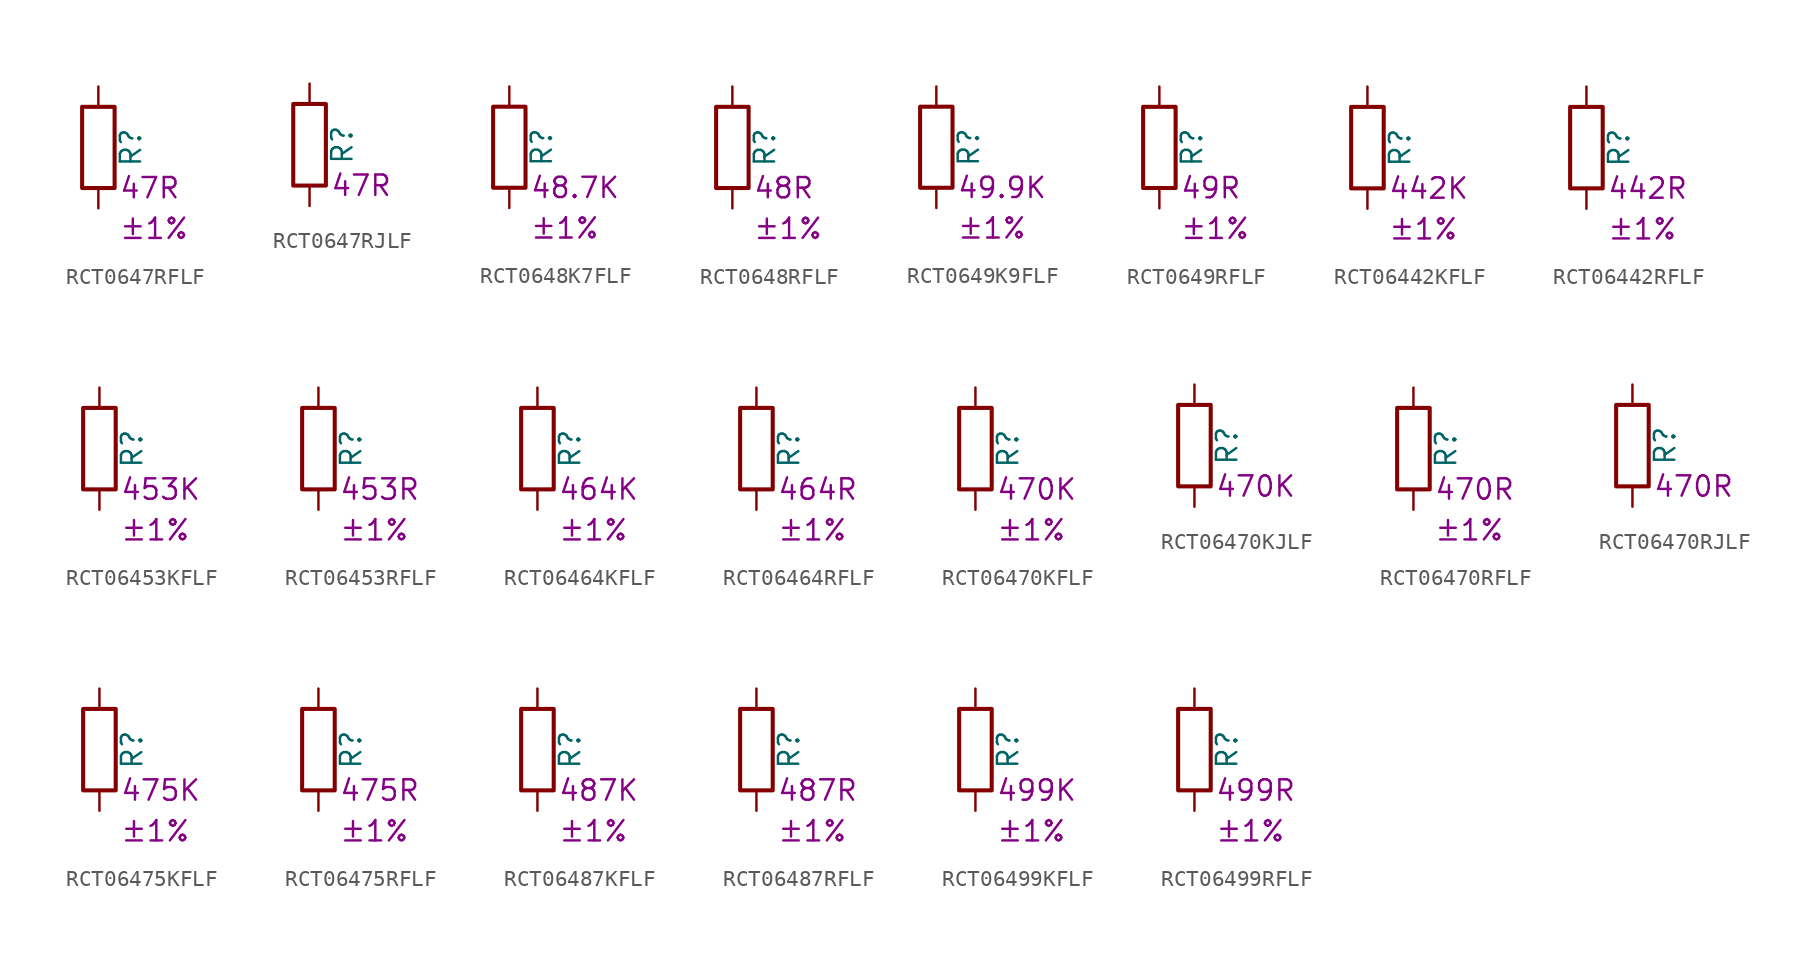
<source format=kicad_sym>
(kicad_symbol_lib
  (version 20220914)
  (generator kicad_symbol_editor)
  (symbol "RCT0647RFLF"
    (pin_numbers hide)
    (pin_names
      (offset 0))
    (property "Reference" "R"
      (at 2.032 0 90)
      (effects (font (size 1.27 1.27))))
    (property "Resistance" "47R"
      (at 1.27 -2.54 0)
      (effects (font (size 1.27 1.27)) (justify left)))
    (property "Tolerance" "±1%"
      (at 1.27 -5.08 0)
      (effects (font (size 1.27 1.27)) (justify left)))
    (symbol "RCT0647RFLF_0_1"
      (rectangle (start -1.016 -2.54) (end 1.016 2.54) (stroke (width 0.254) (type default)) (fill (type none))))
    (symbol "RCT0647RFLF_1_1"
      (pin passive line (at 0 3.81 270) (length 1.27) (name "~" (effects (font (size 1.27 1.27)))) (number "1" (effects (font (size 1.27 1.27)))))
      (pin passive line (at 0 -3.81 90) (length 1.27) (name "~" (effects (font (size 1.27 1.27)))) (number "2" (effects (font (size 1.27 1.27)))))))
  (symbol "RCT0647RJLF"
    (pin_numbers hide)
    (pin_names
      (offset 0))
    (property "Reference" "R"
      (at 2.032 0 90)
      (effects (font (size 1.27 1.27))))
    (property "Resistance" "47R"
      (at 1.27 -2.54 0)
      (effects (font (size 1.27 1.27)) (justify left)))
    (symbol "RCT0647RJLF_0_1"
      (rectangle (start -1.016 -2.54) (end 1.016 2.54) (stroke (width 0.254) (type default)) (fill (type none))))
    (symbol "RCT0647RJLF_1_1"
      (pin passive line (at 0 3.81 270) (length 1.27) (name "~" (effects (font (size 1.27 1.27)))) (number "1" (effects (font (size 1.27 1.27)))))
      (pin passive line (at 0 -3.81 90) (length 1.27) (name "~" (effects (font (size 1.27 1.27)))) (number "2" (effects (font (size 1.27 1.27)))))))
  (symbol "RCT0648K7FLF"
    (pin_numbers hide)
    (pin_names
      (offset 0))
    (property "Reference" "R"
      (at 2.032 0 90)
      (effects (font (size 1.27 1.27))))
    (property "Resistance" "48.7K"
      (at 1.27 -2.54 0)
      (effects (font (size 1.27 1.27)) (justify left)))
    (property "Tolerance" "±1%"
      (at 1.27 -5.08 0)
      (effects (font (size 1.27 1.27)) (justify left)))
    (symbol "RCT0648K7FLF_0_1"
      (rectangle (start -1.016 -2.54) (end 1.016 2.54) (stroke (width 0.254) (type default)) (fill (type none))))
    (symbol "RCT0648K7FLF_1_1"
      (pin passive line (at 0 3.81 270) (length 1.27) (name "~" (effects (font (size 1.27 1.27)))) (number "1" (effects (font (size 1.27 1.27)))))
      (pin passive line (at 0 -3.81 90) (length 1.27) (name "~" (effects (font (size 1.27 1.27)))) (number "2" (effects (font (size 1.27 1.27)))))))
  (symbol "RCT0648RFLF"
    (pin_numbers hide)
    (pin_names
      (offset 0))
    (property "Reference" "R"
      (at 2.032 0 90)
      (effects (font (size 1.27 1.27))))
    (property "Resistance" "48R"
      (at 1.27 -2.54 0)
      (effects (font (size 1.27 1.27)) (justify left)))
    (property "Tolerance" "±1%"
      (at 1.27 -5.08 0)
      (effects (font (size 1.27 1.27)) (justify left)))
    (symbol "RCT0648RFLF_0_1"
      (rectangle (start -1.016 -2.54) (end 1.016 2.54) (stroke (width 0.254) (type default)) (fill (type none))))
    (symbol "RCT0648RFLF_1_1"
      (pin passive line (at 0 3.81 270) (length 1.27) (name "~" (effects (font (size 1.27 1.27)))) (number "1" (effects (font (size 1.27 1.27)))))
      (pin passive line (at 0 -3.81 90) (length 1.27) (name "~" (effects (font (size 1.27 1.27)))) (number "2" (effects (font (size 1.27 1.27)))))))
  (symbol "RCT0649K9FLF"
    (pin_numbers hide)
    (pin_names
      (offset 0))
    (property "Reference" "R"
      (at 2.032 0 90)
      (effects (font (size 1.27 1.27))))
    (property "Resistance" "49.9K"
      (at 1.27 -2.54 0)
      (effects (font (size 1.27 1.27)) (justify left)))
    (property "Tolerance" "±1%"
      (at 1.27 -5.08 0)
      (effects (font (size 1.27 1.27)) (justify left)))
    (symbol "RCT0649K9FLF_0_1"
      (rectangle (start -1.016 -2.54) (end 1.016 2.54) (stroke (width 0.254) (type default)) (fill (type none))))
    (symbol "RCT0649K9FLF_1_1"
      (pin passive line (at 0 3.81 270) (length 1.27) (name "~" (effects (font (size 1.27 1.27)))) (number "1" (effects (font (size 1.27 1.27)))))
      (pin passive line (at 0 -3.81 90) (length 1.27) (name "~" (effects (font (size 1.27 1.27)))) (number "2" (effects (font (size 1.27 1.27)))))))
  (symbol "RCT0649RFLF"
    (pin_numbers hide)
    (pin_names
      (offset 0))
    (property "Reference" "R"
      (at 2.032 0 90)
      (effects (font (size 1.27 1.27))))
    (property "Resistance" "49R"
      (at 1.27 -2.54 0)
      (effects (font (size 1.27 1.27)) (justify left)))
    (property "Tolerance" "±1%"
      (at 1.27 -5.08 0)
      (effects (font (size 1.27 1.27)) (justify left)))
    (symbol "RCT0649RFLF_0_1"
      (rectangle (start -1.016 -2.54) (end 1.016 2.54) (stroke (width 0.254) (type default)) (fill (type none))))
    (symbol "RCT0649RFLF_1_1"
      (pin passive line (at 0 3.81 270) (length 1.27) (name "~" (effects (font (size 1.27 1.27)))) (number "1" (effects (font (size 1.27 1.27)))))
      (pin passive line (at 0 -3.81 90) (length 1.27) (name "~" (effects (font (size 1.27 1.27)))) (number "2" (effects (font (size 1.27 1.27)))))))
  (symbol "RCT06442KFLF"
    (pin_numbers hide)
    (pin_names
      (offset 0))
    (property "Reference" "R"
      (at 2.032 0 90)
      (effects (font (size 1.27 1.27))))
    (property "Resistance" "442K"
      (at 1.27 -2.54 0)
      (effects (font (size 1.27 1.27)) (justify left)))
    (property "Tolerance" "±1%"
      (at 1.27 -5.08 0)
      (effects (font (size 1.27 1.27)) (justify left)))
    (symbol "RCT06442KFLF_0_1"
      (rectangle (start -1.016 -2.54) (end 1.016 2.54) (stroke (width 0.254) (type default)) (fill (type none))))
    (symbol "RCT06442KFLF_1_1"
      (pin passive line (at 0 3.81 270) (length 1.27) (name "~" (effects (font (size 1.27 1.27)))) (number "1" (effects (font (size 1.27 1.27)))))
      (pin passive line (at 0 -3.81 90) (length 1.27) (name "~" (effects (font (size 1.27 1.27)))) (number "2" (effects (font (size 1.27 1.27)))))))
  (symbol "RCT06442RFLF"
    (pin_numbers hide)
    (pin_names
      (offset 0))
    (property "Reference" "R"
      (at 2.032 0 90)
      (effects (font (size 1.27 1.27))))
    (property "Resistance" "442R"
      (at 1.27 -2.54 0)
      (effects (font (size 1.27 1.27)) (justify left)))
    (property "Tolerance" "±1%"
      (at 1.27 -5.08 0)
      (effects (font (size 1.27 1.27)) (justify left)))
    (symbol "RCT06442RFLF_0_1"
      (rectangle (start -1.016 -2.54) (end 1.016 2.54) (stroke (width 0.254) (type default)) (fill (type none))))
    (symbol "RCT06442RFLF_1_1"
      (pin passive line (at 0 3.81 270) (length 1.27) (name "~" (effects (font (size 1.27 1.27)))) (number "1" (effects (font (size 1.27 1.27)))))
      (pin passive line (at 0 -3.81 90) (length 1.27) (name "~" (effects (font (size 1.27 1.27)))) (number "2" (effects (font (size 1.27 1.27)))))))
  (symbol "RCT06453KFLF"
    (pin_numbers hide)
    (pin_names
      (offset 0))
    (property "Reference" "R"
      (at 2.032 0 90)
      (effects (font (size 1.27 1.27))))
    (property "Resistance" "453K"
      (at 1.27 -2.54 0)
      (effects (font (size 1.27 1.27)) (justify left)))
    (property "Tolerance" "±1%"
      (at 1.27 -5.08 0)
      (effects (font (size 1.27 1.27)) (justify left)))
    (symbol "RCT06453KFLF_0_1"
      (rectangle (start -1.016 -2.54) (end 1.016 2.54) (stroke (width 0.254) (type default)) (fill (type none))))
    (symbol "RCT06453KFLF_1_1"
      (pin passive line (at 0 3.81 270) (length 1.27) (name "~" (effects (font (size 1.27 1.27)))) (number "1" (effects (font (size 1.27 1.27)))))
      (pin passive line (at 0 -3.81 90) (length 1.27) (name "~" (effects (font (size 1.27 1.27)))) (number "2" (effects (font (size 1.27 1.27)))))))
  (symbol "RCT06453RFLF"
    (pin_numbers hide)
    (pin_names
      (offset 0))
    (property "Reference" "R"
      (at 2.032 0 90)
      (effects (font (size 1.27 1.27))))
    (property "Resistance" "453R"
      (at 1.27 -2.54 0)
      (effects (font (size 1.27 1.27)) (justify left)))
    (property "Tolerance" "±1%"
      (at 1.27 -5.08 0)
      (effects (font (size 1.27 1.27)) (justify left)))
    (symbol "RCT06453RFLF_0_1"
      (rectangle (start -1.016 -2.54) (end 1.016 2.54) (stroke (width 0.254) (type default)) (fill (type none))))
    (symbol "RCT06453RFLF_1_1"
      (pin passive line (at 0 3.81 270) (length 1.27) (name "~" (effects (font (size 1.27 1.27)))) (number "1" (effects (font (size 1.27 1.27)))))
      (pin passive line (at 0 -3.81 90) (length 1.27) (name "~" (effects (font (size 1.27 1.27)))) (number "2" (effects (font (size 1.27 1.27)))))))
  (symbol "RCT06464KFLF"
    (pin_numbers hide)
    (pin_names
      (offset 0))
    (property "Reference" "R"
      (at 2.032 0 90)
      (effects (font (size 1.27 1.27))))
    (property "Resistance" "464K"
      (at 1.27 -2.54 0)
      (effects (font (size 1.27 1.27)) (justify left)))
    (property "Tolerance" "±1%"
      (at 1.27 -5.08 0)
      (effects (font (size 1.27 1.27)) (justify left)))
    (symbol "RCT06464KFLF_0_1"
      (rectangle (start -1.016 -2.54) (end 1.016 2.54) (stroke (width 0.254) (type default)) (fill (type none))))
    (symbol "RCT06464KFLF_1_1"
      (pin passive line (at 0 3.81 270) (length 1.27) (name "~" (effects (font (size 1.27 1.27)))) (number "1" (effects (font (size 1.27 1.27)))))
      (pin passive line (at 0 -3.81 90) (length 1.27) (name "~" (effects (font (size 1.27 1.27)))) (number "2" (effects (font (size 1.27 1.27)))))))
  (symbol "RCT06464RFLF"
    (pin_numbers hide)
    (pin_names
      (offset 0))
    (property "Reference" "R"
      (at 2.032 0 90)
      (effects (font (size 1.27 1.27))))
    (property "Resistance" "464R"
      (at 1.27 -2.54 0)
      (effects (font (size 1.27 1.27)) (justify left)))
    (property "Tolerance" "±1%"
      (at 1.27 -5.08 0)
      (effects (font (size 1.27 1.27)) (justify left)))
    (symbol "RCT06464RFLF_0_1"
      (rectangle (start -1.016 -2.54) (end 1.016 2.54) (stroke (width 0.254) (type default)) (fill (type none))))
    (symbol "RCT06464RFLF_1_1"
      (pin passive line (at 0 3.81 270) (length 1.27) (name "~" (effects (font (size 1.27 1.27)))) (number "1" (effects (font (size 1.27 1.27)))))
      (pin passive line (at 0 -3.81 90) (length 1.27) (name "~" (effects (font (size 1.27 1.27)))) (number "2" (effects (font (size 1.27 1.27)))))))
  (symbol "RCT06470KFLF"
    (pin_numbers hide)
    (pin_names
      (offset 0))
    (property "Reference" "R"
      (at 2.032 0 90)
      (effects (font (size 1.27 1.27))))
    (property "Resistance" "470K"
      (at 1.27 -2.54 0)
      (effects (font (size 1.27 1.27)) (justify left)))
    (property "Tolerance" "±1%"
      (at 1.27 -5.08 0)
      (effects (font (size 1.27 1.27)) (justify left)))
    (symbol "RCT06470KFLF_0_1"
      (rectangle (start -1.016 -2.54) (end 1.016 2.54) (stroke (width 0.254) (type default)) (fill (type none))))
    (symbol "RCT06470KFLF_1_1"
      (pin passive line (at 0 3.81 270) (length 1.27) (name "~" (effects (font (size 1.27 1.27)))) (number "1" (effects (font (size 1.27 1.27)))))
      (pin passive line (at 0 -3.81 90) (length 1.27) (name "~" (effects (font (size 1.27 1.27)))) (number "2" (effects (font (size 1.27 1.27)))))))
  (symbol "RCT06470KJLF"
    (pin_numbers hide)
    (pin_names
      (offset 0))
    (property "Reference" "R"
      (at 2.032 0 90)
      (effects (font (size 1.27 1.27))))
    (property "Resistance" "470K"
      (at 1.27 -2.54 0)
      (effects (font (size 1.27 1.27)) (justify left)))
    (symbol "RCT06470KJLF_0_1"
      (rectangle (start -1.016 -2.54) (end 1.016 2.54) (stroke (width 0.254) (type default)) (fill (type none))))
    (symbol "RCT06470KJLF_1_1"
      (pin passive line (at 0 3.81 270) (length 1.27) (name "~" (effects (font (size 1.27 1.27)))) (number "1" (effects (font (size 1.27 1.27)))))
      (pin passive line (at 0 -3.81 90) (length 1.27) (name "~" (effects (font (size 1.27 1.27)))) (number "2" (effects (font (size 1.27 1.27)))))))
  (symbol "RCT06470RFLF"
    (pin_numbers hide)
    (pin_names
      (offset 0))
    (property "Reference" "R"
      (at 2.032 0 90)
      (effects (font (size 1.27 1.27))))
    (property "Resistance" "470R"
      (at 1.27 -2.54 0)
      (effects (font (size 1.27 1.27)) (justify left)))
    (property "Tolerance" "±1%"
      (at 1.27 -5.08 0)
      (effects (font (size 1.27 1.27)) (justify left)))
    (symbol "RCT06470RFLF_0_1"
      (rectangle (start -1.016 -2.54) (end 1.016 2.54) (stroke (width 0.254) (type default)) (fill (type none))))
    (symbol "RCT06470RFLF_1_1"
      (pin passive line (at 0 3.81 270) (length 1.27) (name "~" (effects (font (size 1.27 1.27)))) (number "1" (effects (font (size 1.27 1.27)))))
      (pin passive line (at 0 -3.81 90) (length 1.27) (name "~" (effects (font (size 1.27 1.27)))) (number "2" (effects (font (size 1.27 1.27)))))))
  (symbol "RCT06470RJLF"
    (pin_numbers hide)
    (pin_names
      (offset 0))
    (property "Reference" "R"
      (at 2.032 0 90)
      (effects (font (size 1.27 1.27))))
    (property "Resistance" "470R"
      (at 1.27 -2.54 0)
      (effects (font (size 1.27 1.27)) (justify left)))
    (symbol "RCT06470RJLF_0_1"
      (rectangle (start -1.016 -2.54) (end 1.016 2.54) (stroke (width 0.254) (type default)) (fill (type none))))
    (symbol "RCT06470RJLF_1_1"
      (pin passive line (at 0 3.81 270) (length 1.27) (name "~" (effects (font (size 1.27 1.27)))) (number "1" (effects (font (size 1.27 1.27)))))
      (pin passive line (at 0 -3.81 90) (length 1.27) (name "~" (effects (font (size 1.27 1.27)))) (number "2" (effects (font (size 1.27 1.27)))))))
  (symbol "RCT06475KFLF"
    (pin_numbers hide)
    (pin_names
      (offset 0))
    (property "Reference" "R"
      (at 2.032 0 90)
      (effects (font (size 1.27 1.27))))
    (property "Resistance" "475K"
      (at 1.27 -2.54 0)
      (effects (font (size 1.27 1.27)) (justify left)))
    (property "Tolerance" "±1%"
      (at 1.27 -5.08 0)
      (effects (font (size 1.27 1.27)) (justify left)))
    (symbol "RCT06475KFLF_0_1"
      (rectangle (start -1.016 -2.54) (end 1.016 2.54) (stroke (width 0.254) (type default)) (fill (type none))))
    (symbol "RCT06475KFLF_1_1"
      (pin passive line (at 0 3.81 270) (length 1.27) (name "~" (effects (font (size 1.27 1.27)))) (number "1" (effects (font (size 1.27 1.27)))))
      (pin passive line (at 0 -3.81 90) (length 1.27) (name "~" (effects (font (size 1.27 1.27)))) (number "2" (effects (font (size 1.27 1.27)))))))
  (symbol "RCT06475RFLF"
    (pin_numbers hide)
    (pin_names
      (offset 0))
    (property "Reference" "R"
      (at 2.032 0 90)
      (effects (font (size 1.27 1.27))))
    (property "Resistance" "475R"
      (at 1.27 -2.54 0)
      (effects (font (size 1.27 1.27)) (justify left)))
    (property "Tolerance" "±1%"
      (at 1.27 -5.08 0)
      (effects (font (size 1.27 1.27)) (justify left)))
    (symbol "RCT06475RFLF_0_1"
      (rectangle (start -1.016 -2.54) (end 1.016 2.54) (stroke (width 0.254) (type default)) (fill (type none))))
    (symbol "RCT06475RFLF_1_1"
      (pin passive line (at 0 3.81 270) (length 1.27) (name "~" (effects (font (size 1.27 1.27)))) (number "1" (effects (font (size 1.27 1.27)))))
      (pin passive line (at 0 -3.81 90) (length 1.27) (name "~" (effects (font (size 1.27 1.27)))) (number "2" (effects (font (size 1.27 1.27)))))))
  (symbol "RCT06487KFLF"
    (pin_numbers hide)
    (pin_names
      (offset 0))
    (property "Reference" "R"
      (at 2.032 0 90)
      (effects (font (size 1.27 1.27))))
    (property "Resistance" "487K"
      (at 1.27 -2.54 0)
      (effects (font (size 1.27 1.27)) (justify left)))
    (property "Tolerance" "±1%"
      (at 1.27 -5.08 0)
      (effects (font (size 1.27 1.27)) (justify left)))
    (symbol "RCT06487KFLF_0_1"
      (rectangle (start -1.016 -2.54) (end 1.016 2.54) (stroke (width 0.254) (type default)) (fill (type none))))
    (symbol "RCT06487KFLF_1_1"
      (pin passive line (at 0 3.81 270) (length 1.27) (name "~" (effects (font (size 1.27 1.27)))) (number "1" (effects (font (size 1.27 1.27)))))
      (pin passive line (at 0 -3.81 90) (length 1.27) (name "~" (effects (font (size 1.27 1.27)))) (number "2" (effects (font (size 1.27 1.27)))))))
  (symbol "RCT06487RFLF"
    (pin_numbers hide)
    (pin_names
      (offset 0))
    (property "Reference" "R"
      (at 2.032 0 90)
      (effects (font (size 1.27 1.27))))
    (property "Resistance" "487R"
      (at 1.27 -2.54 0)
      (effects (font (size 1.27 1.27)) (justify left)))
    (property "Tolerance" "±1%"
      (at 1.27 -5.08 0)
      (effects (font (size 1.27 1.27)) (justify left)))
    (symbol "RCT06487RFLF_0_1"
      (rectangle (start -1.016 -2.54) (end 1.016 2.54) (stroke (width 0.254) (type default)) (fill (type none))))
    (symbol "RCT06487RFLF_1_1"
      (pin passive line (at 0 3.81 270) (length 1.27) (name "~" (effects (font (size 1.27 1.27)))) (number "1" (effects (font (size 1.27 1.27)))))
      (pin passive line (at 0 -3.81 90) (length 1.27) (name "~" (effects (font (size 1.27 1.27)))) (number "2" (effects (font (size 1.27 1.27)))))))
  (symbol "RCT06499KFLF"
    (pin_numbers hide)
    (pin_names
      (offset 0))
    (property "Reference" "R"
      (at 2.032 0 90)
      (effects (font (size 1.27 1.27))))
    (property "Resistance" "499K"
      (at 1.27 -2.54 0)
      (effects (font (size 1.27 1.27)) (justify left)))
    (property "Tolerance" "±1%"
      (at 1.27 -5.08 0)
      (effects (font (size 1.27 1.27)) (justify left)))
    (symbol "RCT06499KFLF_0_1"
      (rectangle (start -1.016 -2.54) (end 1.016 2.54) (stroke (width 0.254) (type default)) (fill (type none))))
    (symbol "RCT06499KFLF_1_1"
      (pin passive line (at 0 3.81 270) (length 1.27) (name "~" (effects (font (size 1.27 1.27)))) (number "1" (effects (font (size 1.27 1.27)))))
      (pin passive line (at 0 -3.81 90) (length 1.27) (name "~" (effects (font (size 1.27 1.27)))) (number "2" (effects (font (size 1.27 1.27)))))))
  (symbol "RCT06499RFLF"
    (pin_numbers hide)
    (pin_names
      (offset 0))
    (property "Reference" "R"
      (at 2.032 0 90)
      (effects (font (size 1.27 1.27))))
    (property "Resistance" "499R"
      (at 1.27 -2.54 0)
      (effects (font (size 1.27 1.27)) (justify left)))
    (property "Tolerance" "±1%"
      (at 1.27 -5.08 0)
      (effects (font (size 1.27 1.27)) (justify left)))
    (symbol "RCT06499RFLF_0_1"
      (rectangle (start -1.016 -2.54) (end 1.016 2.54) (stroke (width 0.254) (type default)) (fill (type none))))
    (symbol "RCT06499RFLF_1_1"
      (pin passive line (at 0 3.81 270) (length 1.27) (name "~" (effects (font (size 1.27 1.27)))) (number "1" (effects (font (size 1.27 1.27)))))
      (pin passive line (at 0 -3.81 90) (length 1.27) (name "~" (effects (font (size 1.27 1.27)))) (number "2" (effects (font (size 1.27 1.27))))))))
</source>
